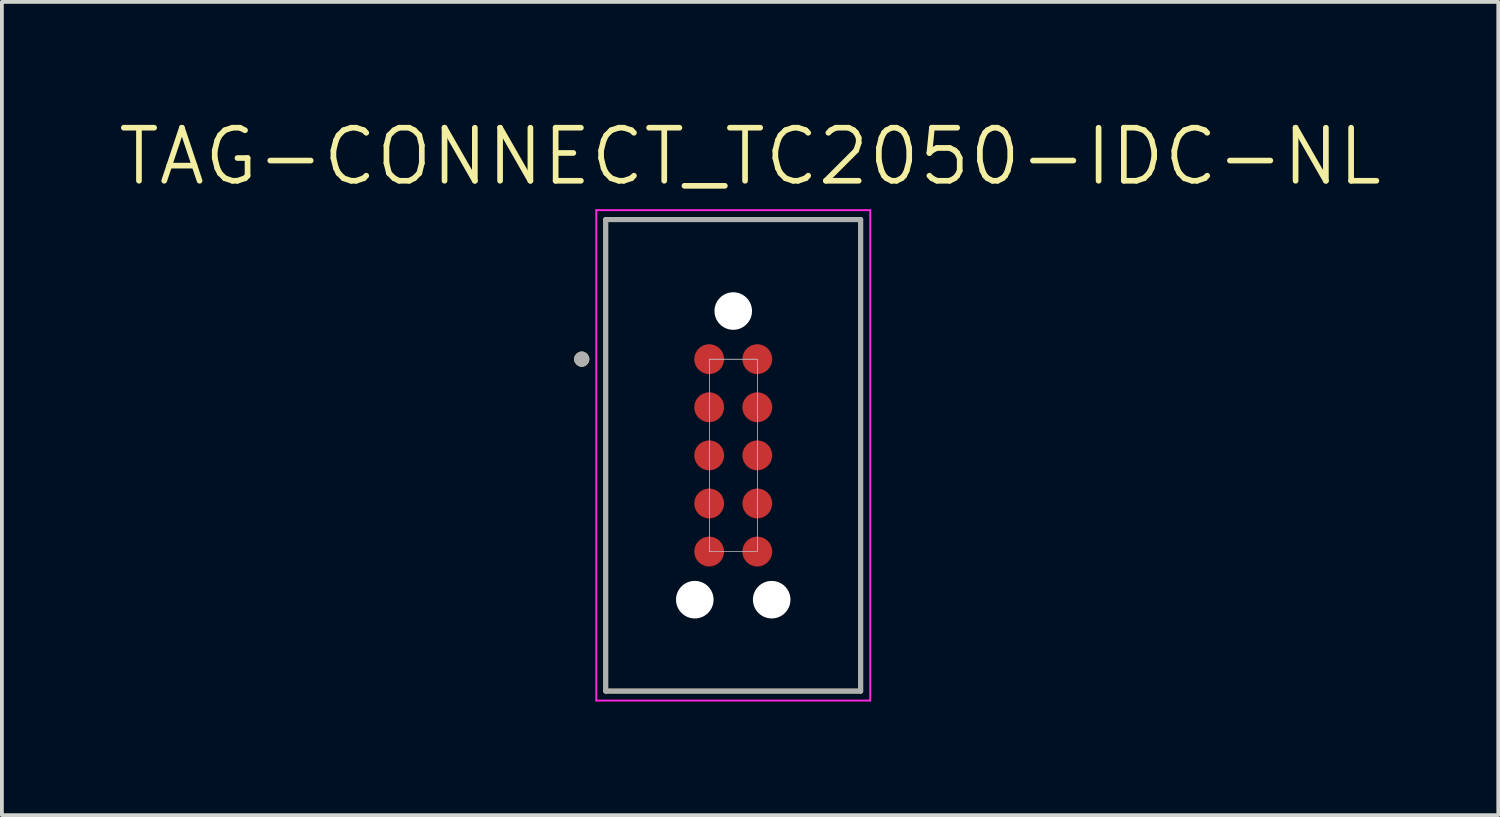
<source format=kicad_pcb>
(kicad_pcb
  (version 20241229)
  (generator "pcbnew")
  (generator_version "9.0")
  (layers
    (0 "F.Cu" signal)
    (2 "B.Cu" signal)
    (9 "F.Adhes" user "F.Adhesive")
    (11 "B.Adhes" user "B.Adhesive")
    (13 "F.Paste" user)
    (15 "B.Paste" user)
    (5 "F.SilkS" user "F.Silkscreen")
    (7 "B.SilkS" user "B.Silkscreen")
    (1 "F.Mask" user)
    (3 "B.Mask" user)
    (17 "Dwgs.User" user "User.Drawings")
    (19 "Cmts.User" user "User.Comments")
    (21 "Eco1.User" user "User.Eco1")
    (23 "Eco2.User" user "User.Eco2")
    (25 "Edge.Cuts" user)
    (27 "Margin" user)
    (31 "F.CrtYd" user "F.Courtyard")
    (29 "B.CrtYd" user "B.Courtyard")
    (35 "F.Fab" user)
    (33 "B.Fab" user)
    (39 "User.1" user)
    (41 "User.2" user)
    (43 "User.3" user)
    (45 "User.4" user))
  (footprint "TAG-CONNECT_TC2050-IDC-NL"
    (layer "F.Cu")
    (at 15.672 6.431)
    (property "Reference" "TAG-CONNECT_TC2050-IDC-NL" (at 1.08 -5.349 0) (layer "F.SilkS") (effects (font (size 1.4 1.4) (thickness 0.15))))
    (attr through_hole)
    (fp_line (start -2.731 -3.683) (end 4 -3.683) (stroke (width 0.127) (type solid)) (layer "F.SilkS"))
    (fp_line (start -2.731 8.763) (end -2.731 -3.683) (stroke (width 0.127) (type solid)) (layer "F.SilkS"))
    (fp_line (start 4 -3.683) (end 4 8.763) (stroke (width 0.127) (type solid)) (layer "F.SilkS"))
    (fp_line (start 4 8.763) (end -2.731 8.763) (stroke (width 0.127) (type solid)) (layer "F.SilkS"))
    (fp_circle (center -3.365 0) (end -3.265 0) (stroke (width 0.2) (type solid)) (fill no) (layer "F.SilkS"))
    (fp_poly (pts (xy 0 0) (xy 1.27 0) (xy 1.27 5.08) (xy 0 5.08)) (stroke (width 0.01) (type solid)) (fill no) (layer "Dwgs.User"))
    (fp_poly (pts (xy 0 0) (xy 1.27 0) (xy 1.27 5.08) (xy 0 5.08)) (stroke (width 0.01) (type solid)) (fill no) (layer "Dwgs.User"))
    (fp_poly (pts (xy 0 0) (xy 1.27 0) (xy 1.27 5.08) (xy 0 5.08)) (stroke (width 0.01) (type solid)) (fill no) (layer "Dwgs.User"))
    (fp_line (start -2.981 -3.933) (end 4.25 -3.933) (stroke (width 0.05) (type solid)) (layer "F.CrtYd"))
    (fp_line (start -2.981 9.013) (end -2.981 -3.933) (stroke (width 0.05) (type solid)) (layer "F.CrtYd"))
    (fp_line (start 4.25 -3.933) (end 4.25 9.013) (stroke (width 0.05) (type solid)) (layer "F.CrtYd"))
    (fp_line (start 4.25 9.013) (end -2.981 9.013) (stroke (width 0.05) (type solid)) (layer "F.CrtYd"))
    (fp_line (start -2.731 -3.683) (end 4 -3.683) (stroke (width 0.127) (type solid)) (layer "F.Fab"))
    (fp_line (start -2.731 8.763) (end -2.731 -3.683) (stroke (width 0.127) (type solid)) (layer "F.Fab"))
    (fp_line (start 4 -3.683) (end 4 8.763) (stroke (width 0.127) (type solid)) (layer "F.Fab"))
    (fp_line (start 4 8.763) (end -2.731 8.763) (stroke (width 0.127) (type solid)) (layer "F.Fab"))
    (fp_circle (center -3.365 0) (end -3.265 0) (stroke (width 0.2) (type solid)) (fill no) (layer "F.Fab"))
    (pad "" np_thru_hole circle (at -0.38 6.35) (size 0.991 0.991) (drill 0.991) (layers "*.Cu" "*.Mask"))
    (pad "" np_thru_hole circle (at 0.635 -1.27) (size 0.991 0.991) (drill 0.991) (layers "*.Cu" "*.Mask"))
    (pad "" np_thru_hole circle (at 1.65 6.35) (size 0.991 0.991) (drill 0.991) (layers "*.Cu" "*.Mask"))
    (pad "1" smd circle (at 0 0) (size 0.787 0.787) (layers "F.Cu" "F.Mask"))
    (pad "2" smd circle (at 0 1.27) (size 0.787 0.787) (layers "F.Cu" "F.Mask"))
    (pad "3" smd circle (at 0 2.54) (size 0.787 0.787) (layers "F.Cu" "F.Mask"))
    (pad "4" smd circle (at 0 3.81) (size 0.787 0.787) (layers "F.Cu" "F.Mask"))
    (pad "5" smd circle (at 0 5.08) (size 0.787 0.787) (layers "F.Cu" "F.Mask"))
    (pad "6" smd circle (at 1.27 5.08) (size 0.787 0.787) (layers "F.Cu" "F.Mask"))
    (pad "7" smd circle (at 1.27 3.81) (size 0.787 0.787) (layers "F.Cu" "F.Mask"))
    (pad "8" smd circle (at 1.27 2.54) (size 0.787 0.787) (layers "F.Cu" "F.Mask"))
    (pad "9" smd circle (at 1.27 1.27) (size 0.787 0.787) (layers "F.Cu" "F.Mask"))
    (pad "10" smd circle (at 1.27 0) (size 0.787 0.787) (layers "F.Cu" "F.Mask")))
  (gr_rect
    (start -3 -3)
    (end 36.503 18.469)
    (stroke (width 0.1) (type default))
    (fill no)
    (layer "Edge.Cuts")))
</source>
